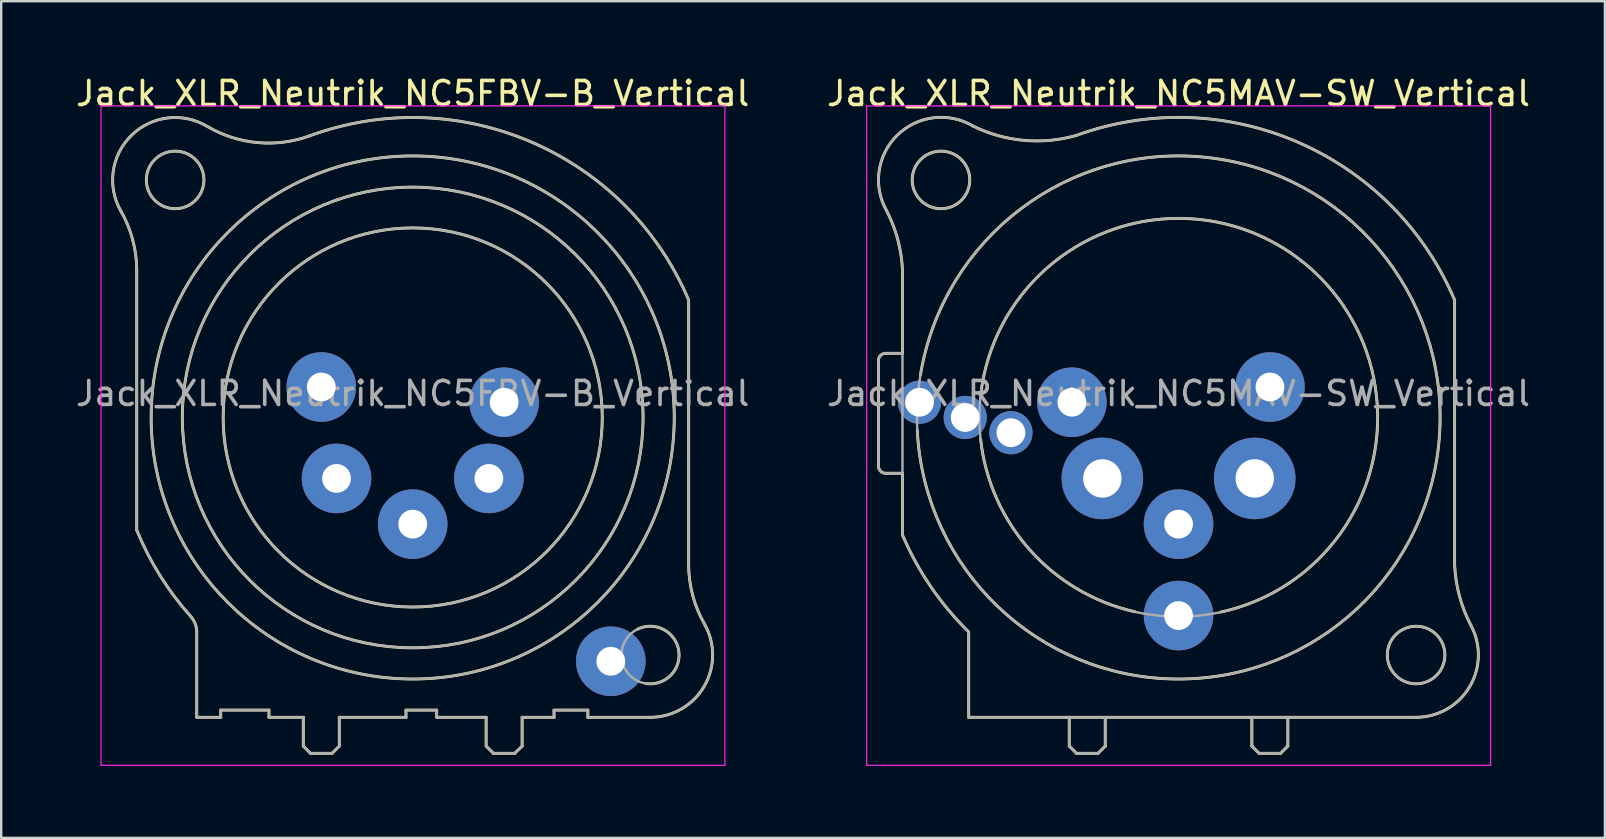
<source format=kicad_pcb>
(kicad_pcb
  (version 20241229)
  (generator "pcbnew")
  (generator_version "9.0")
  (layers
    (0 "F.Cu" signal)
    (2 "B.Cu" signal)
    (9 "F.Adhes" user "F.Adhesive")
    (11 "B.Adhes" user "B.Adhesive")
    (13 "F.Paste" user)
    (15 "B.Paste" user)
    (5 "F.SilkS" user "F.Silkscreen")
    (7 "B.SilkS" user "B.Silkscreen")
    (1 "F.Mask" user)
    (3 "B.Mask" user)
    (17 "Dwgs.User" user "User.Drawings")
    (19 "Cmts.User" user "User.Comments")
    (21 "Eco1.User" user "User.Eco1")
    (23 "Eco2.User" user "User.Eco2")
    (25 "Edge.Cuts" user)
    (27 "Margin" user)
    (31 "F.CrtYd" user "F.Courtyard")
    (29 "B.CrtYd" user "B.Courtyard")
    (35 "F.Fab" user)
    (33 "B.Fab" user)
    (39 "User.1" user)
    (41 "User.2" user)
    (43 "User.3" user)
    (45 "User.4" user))
  (footprint "Jack_XLR_Neutrik_NC5FBV-B_Vertical"
    (layer "F.Cu")
    (at 17.959 13.713)
    (property "Reference" "Jack_XLR_Neutrik_NC5FBV-B_Vertical" (at -3.81 -12.865 0) (layer "F.SilkS") (effects (font (size 1 1) (thickness 0.15))))
    (attr through_hole)
    (fp_line (start -15.31 -5.5) (end -15.31 5.33) (stroke (width 0.12) (type solid)) (layer "F.SilkS"))
    (fp_line (start -12.81 9.58) (end -12.81 13.13) (stroke (width 0.12) (type solid)) (layer "F.SilkS"))
    (fp_line (start -11.81 12.83) (end -11.81 13.13) (stroke (width 0.12) (type solid)) (layer "F.SilkS"))
    (fp_line (start -11.81 12.83) (end -9.8 12.83) (stroke (width 0.12) (type solid)) (layer "F.SilkS"))
    (fp_line (start -11.81 13.13) (end -12.81 13.13) (stroke (width 0.12) (type solid)) (layer "F.SilkS"))
    (fp_line (start -9.8 12.83) (end -9.8 13.13) (stroke (width 0.12) (type solid)) (layer "F.SilkS"))
    (fp_line (start -8.37 13.13) (end -9.8 13.13) (stroke (width 0.12) (type solid)) (layer "F.SilkS"))
    (fp_line (start -8.37 13.13) (end -8.37 14.33) (stroke (width 0.12) (type solid)) (layer "F.SilkS"))
    (fp_line (start -8.37 14.33) (end -8.07 14.63) (stroke (width 0.12) (type solid)) (layer "F.SilkS"))
    (fp_line (start -8.07 14.63) (end -7.17 14.63) (stroke (width 0.12) (type solid)) (layer "F.SilkS"))
    (fp_line (start -6.87 13.13) (end -6.87 14.33) (stroke (width 0.12) (type solid)) (layer "F.SilkS"))
    (fp_line (start -6.87 14.33) (end -7.17 14.63) (stroke (width 0.12) (type solid)) (layer "F.SilkS"))
    (fp_line (start -4.09 12.83) (end -4.09 13.13) (stroke (width 0.12) (type solid)) (layer "F.SilkS"))
    (fp_line (start -4.09 12.83) (end -2.81 12.83) (stroke (width 0.12) (type solid)) (layer "F.SilkS"))
    (fp_line (start -4.09 13.13) (end -6.87 13.13) (stroke (width 0.12) (type solid)) (layer "F.SilkS"))
    (fp_line (start -2.81 12.83) (end -2.81 13.13) (stroke (width 0.12) (type solid)) (layer "F.SilkS"))
    (fp_line (start -0.75 13.13) (end -2.81 13.13) (stroke (width 0.12) (type solid)) (layer "F.SilkS"))
    (fp_line (start -0.75 13.13) (end -0.75 14.33) (stroke (width 0.12) (type solid)) (layer "F.SilkS"))
    (fp_line (start -0.75 14.33) (end -0.45 14.63) (stroke (width 0.12) (type solid)) (layer "F.SilkS"))
    (fp_line (start -0.45 14.63) (end 0.44 14.63) (stroke (width 0.12) (type solid)) (layer "F.SilkS"))
    (fp_line (start 0.75 13.13) (end 0.75 14.33) (stroke (width 0.12) (type solid)) (layer "F.SilkS"))
    (fp_line (start 0.75 14.33) (end 0.44 14.63) (stroke (width 0.12) (type solid)) (layer "F.SilkS"))
    (fp_line (start 2.08 12.83) (end 2.08 13.13) (stroke (width 0.12) (type solid)) (layer "F.SilkS"))
    (fp_line (start 2.08 12.83) (end 3.49 12.83) (stroke (width 0.12) (type solid)) (layer "F.SilkS"))
    (fp_line (start 2.08 13.13) (end 0.75 13.13) (stroke (width 0.12) (type solid)) (layer "F.SilkS"))
    (fp_line (start 3.49 12.83) (end 3.49 13.13) (stroke (width 0.12) (type solid)) (layer "F.SilkS"))
    (fp_line (start 6.09 13.13) (end 3.49 13.13) (stroke (width 0.12) (type solid)) (layer "F.SilkS"))
    (fp_line (start 7.69 6.77) (end 7.69 -4.26) (stroke (width 0.12) (type solid)) (layer "F.SilkS"))
    (fp_arc (start -15.978065 -7.979621) (mid -15.482459 -6.783342) (end -15.31 -5.5) (stroke (width 0.12) (type solid)) (layer "F.SilkS"))
    (fp_arc (start -15.970602 -7.965327) (mid -15.537562 -11.11648) (end -12.38 -11.5) (stroke (width 0.12) (type solid)) (layer "F.SilkS"))
    (fp_arc (start -13.064011 8.921714) (mid -12.875705 9.227203) (end -12.81 9.58) (stroke (width 0.12) (type solid)) (layer "F.SilkS"))
    (fp_arc (start -13.054249 8.9318) (mid -14.337308 7.228089) (end -15.31 5.33) (stroke (width 0.12) (type solid)) (layer "F.SilkS"))
    (fp_arc (start -8.116912 -11.097925) (mid 1.152301 -10.83612) (end 7.69 -4.26) (stroke (width 0.12) (type solid)) (layer "F.SilkS"))
    (fp_arc (start -8.098974 -11.103419) (mid -10.283992 -10.821287) (end -12.38 -11.5) (stroke (width 0.12) (type solid)) (layer "F.SilkS"))
    (fp_arc (start 5.554673 9.460872) (mid 7.276356 10.353655) (end 5.9 11.72) (stroke (width 0.12) (type solid)) (layer "F.SilkS"))
    (fp_arc (start 8.348442 9.241807) (mid 8.338255 11.83589) (end 6.09 13.13) (stroke (width 0.12) (type solid)) (layer "F.SilkS"))
    (fp_arc (start 8.351797 9.24598) (mid 7.859562 8.051113) (end 7.69 6.77) (stroke (width 0.12) (type solid)) (layer "F.SilkS"))
    (fp_circle (center -13.71 -9.265) (end -12.51 -9.265) (stroke (width 0.12) (type solid)) (fill no) (layer "F.SilkS"))
    (fp_circle (center -3.81 0.635) (end 4.09 0.635) (stroke (width 0.12) (type solid)) (fill no) (layer "F.SilkS"))
    (fp_circle (center -3.81 0.635) (end 5.79 0.635) (stroke (width 0.12) (type solid)) (fill no) (layer "F.SilkS"))
    (fp_circle (center -3.81 0.635) (end 7.09 0.635) (stroke (width 0.12) (type solid)) (fill no) (layer "F.SilkS"))
    (fp_line (start -16.8 -12.35) (end 9.2 -12.35) (stroke (width 0.05) (type solid)) (layer "F.CrtYd"))
    (fp_line (start -16.8 15.13) (end -16.8 -12.35) (stroke (width 0.05) (type solid)) (layer "F.CrtYd"))
    (fp_line (start 9.2 -12.35) (end 9.2 15.13) (stroke (width 0.05) (type solid)) (layer "F.CrtYd"))
    (fp_line (start 9.2 15.13) (end -16.8 15.13) (stroke (width 0.05) (type solid)) (layer "F.CrtYd"))
    (fp_line (start -15.31 -5.5) (end -15.31 5.33) (stroke (width 0.1) (type solid)) (layer "F.Fab"))
    (fp_line (start -12.81 9.58) (end -12.81 13.13) (stroke (width 0.1) (type solid)) (layer "F.Fab"))
    (fp_line (start -11.81 12.83) (end -11.81 13.13) (stroke (width 0.1) (type solid)) (layer "F.Fab"))
    (fp_line (start -11.81 12.83) (end -9.8 12.83) (stroke (width 0.1) (type solid)) (layer "F.Fab"))
    (fp_line (start -11.81 13.13) (end -12.81 13.13) (stroke (width 0.1) (type solid)) (layer "F.Fab"))
    (fp_line (start -9.8 12.83) (end -9.8 13.13) (stroke (width 0.1) (type solid)) (layer "F.Fab"))
    (fp_line (start -8.37 13.13) (end -9.8 13.13) (stroke (width 0.1) (type solid)) (layer "F.Fab"))
    (fp_line (start -8.37 13.13) (end -8.37 14.33) (stroke (width 0.1) (type solid)) (layer "F.Fab"))
    (fp_line (start -8.37 14.33) (end -8.07 14.63) (stroke (width 0.1) (type solid)) (layer "F.Fab"))
    (fp_line (start -8.07 14.63) (end -7.17 14.63) (stroke (width 0.1) (type solid)) (layer "F.Fab"))
    (fp_line (start -6.87 13.13) (end -6.87 14.33) (stroke (width 0.1) (type solid)) (layer "F.Fab"))
    (fp_line (start -6.87 14.33) (end -7.17 14.63) (stroke (width 0.1) (type solid)) (layer "F.Fab"))
    (fp_line (start -4.09 12.83) (end -4.09 13.13) (stroke (width 0.1) (type solid)) (layer "F.Fab"))
    (fp_line (start -4.09 12.83) (end -2.81 12.83) (stroke (width 0.1) (type solid)) (layer "F.Fab"))
    (fp_line (start -4.09 13.13) (end -6.87 13.13) (stroke (width 0.1) (type solid)) (layer "F.Fab"))
    (fp_line (start -2.81 12.83) (end -2.81 13.13) (stroke (width 0.1) (type solid)) (layer "F.Fab"))
    (fp_line (start -0.75 13.13) (end -2.81 13.13) (stroke (width 0.1) (type solid)) (layer "F.Fab"))
    (fp_line (start -0.75 13.13) (end -0.75 14.33) (stroke (width 0.1) (type solid)) (layer "F.Fab"))
    (fp_line (start -0.75 14.33) (end -0.45 14.63) (stroke (width 0.1) (type solid)) (layer "F.Fab"))
    (fp_line (start -0.45 14.63) (end 0.44 14.63) (stroke (width 0.1) (type solid)) (layer "F.Fab"))
    (fp_line (start 0.75 13.13) (end 0.75 14.33) (stroke (width 0.1) (type solid)) (layer "F.Fab"))
    (fp_line (start 0.75 14.33) (end 0.44 14.63) (stroke (width 0.1) (type solid)) (layer "F.Fab"))
    (fp_line (start 2.08 12.83) (end 2.08 13.13) (stroke (width 0.1) (type solid)) (layer "F.Fab"))
    (fp_line (start 2.08 12.83) (end 3.49 12.83) (stroke (width 0.1) (type solid)) (layer "F.Fab"))
    (fp_line (start 2.08 13.13) (end 0.75 13.13) (stroke (width 0.1) (type solid)) (layer "F.Fab"))
    (fp_line (start 3.49 12.83) (end 3.49 13.13) (stroke (width 0.1) (type solid)) (layer "F.Fab"))
    (fp_line (start 6.09 13.13) (end 3.49 13.13) (stroke (width 0.1) (type solid)) (layer "F.Fab"))
    (fp_line (start 7.69 6.77) (end 7.69 -4.26) (stroke (width 0.1) (type solid)) (layer "F.Fab"))
    (fp_arc (start -15.978065 -7.979621) (mid -15.482459 -6.783342) (end -15.31 -5.5) (stroke (width 0.1) (type solid)) (layer "F.Fab"))
    (fp_arc (start -15.970602 -7.965327) (mid -15.537562 -11.11648) (end -12.38 -11.5) (stroke (width 0.1) (type solid)) (layer "F.Fab"))
    (fp_arc (start -13.064011 8.921714) (mid -12.875705 9.227203) (end -12.81 9.58) (stroke (width 0.1) (type solid)) (layer "F.Fab"))
    (fp_arc (start -13.054249 8.9318) (mid -14.337308 7.228089) (end -15.31 5.33) (stroke (width 0.1) (type solid)) (layer "F.Fab"))
    (fp_arc (start -8.116912 -11.097925) (mid 1.152301 -10.83612) (end 7.69 -4.26) (stroke (width 0.1) (type solid)) (layer "F.Fab"))
    (fp_arc (start -8.098974 -11.103419) (mid -10.283992 -10.821287) (end -12.38 -11.5) (stroke (width 0.1) (type solid)) (layer "F.Fab"))
    (fp_arc (start 8.348442 9.241807) (mid 8.338255 11.83589) (end 6.09 13.13) (stroke (width 0.1) (type solid)) (layer "F.Fab"))
    (fp_arc (start 8.351797 9.24598) (mid 7.859562 8.051113) (end 7.69 6.77) (stroke (width 0.1) (type solid)) (layer "F.Fab"))
    (fp_circle (center -13.71 -9.265) (end -12.51 -9.265) (stroke (width 0.1) (type solid)) (fill no) (layer "F.Fab"))
    (fp_circle (center -3.81 0.635) (end 4.09 0.635) (stroke (width 0.1) (type solid)) (fill no) (layer "F.Fab"))
    (fp_circle (center -3.81 0.635) (end 5.79 0.635) (stroke (width 0.1) (type solid)) (fill no) (layer "F.Fab"))
    (fp_circle (center -3.81 0.635) (end 7.09 0.635) (stroke (width 0.1) (type solid)) (fill no) (layer "F.Fab"))
    (fp_circle (center 6.09 10.535) (end 7.29 10.535) (stroke (width 0.1) (type solid)) (fill no) (layer "F.Fab"))
    (fp_text user "${REFERENCE}" (at -3.81 -0.365 0) (layer "F.Fab") (effects (font (size 1 1) (thickness 0.15))))
    (pad "1" thru_hole circle (at 0 0) (size 2.9 2.9) (drill 1.2) (layers "*.Cu" "*.Mask"))
    (pad "2" thru_hole circle (at -0.635 3.175) (size 2.9 2.9) (drill 1.2) (layers "*.Cu" "*.Mask"))
    (pad "3" thru_hole circle (at -3.81 5.08) (size 2.9 2.9) (drill 1.2) (layers "*.Cu" "*.Mask"))
    (pad "4" thru_hole circle (at -6.985 3.175) (size 2.9 2.9) (drill 1.2) (layers "*.Cu" "*.Mask"))
    (pad "5" thru_hole circle (at -7.62 -0.635) (size 2.9 2.9) (drill 1.2) (layers "*.Cu" "*.Mask"))
    (pad "G" thru_hole circle (at 4.445 10.795) (size 2.9 2.9) (drill 1.2) (layers "*.Cu" "*.Mask")))
  (footprint "Jack_XLR_Neutrik_NC5MAV-SW_Vertical"
    (layer "F.Cu")
    (at 41.62 13.713)
    (property "Reference" "Jack_XLR_Neutrik_NC5MAV-SW_Vertical" (at 4.445 -12.865 0) (layer "F.SilkS") (effects (font (size 1 1) (thickness 0.15))))
    (attr through_hole)
    (fp_line (start -8.06 -1.74) (end -8.06 2.66) (stroke (width 0.12) (type solid)) (layer "F.SilkS"))
    (fp_line (start -7.76 2.96) (end -7.06 2.96) (stroke (width 0.12) (type solid)) (layer "F.SilkS"))
    (fp_line (start -7.06 -5.5) (end -7.06 -2.04) (stroke (width 0.12) (type solid)) (layer "F.SilkS"))
    (fp_line (start -7.06 -2.04) (end -7.76 -2.04) (stroke (width 0.12) (type solid)) (layer "F.SilkS"))
    (fp_line (start -7.06 2.96) (end -7.06 5.53) (stroke (width 0.12) (type solid)) (layer "F.SilkS"))
    (fp_line (start -4.3 9.58) (end -4.3 13.13) (stroke (width 0.12) (type solid)) (layer "F.SilkS"))
    (fp_line (start -0.11 13.13) (end -0.11 14.33) (stroke (width 0.12) (type solid)) (layer "F.SilkS"))
    (fp_line (start -0.11 14.33) (end 0.19 14.63) (stroke (width 0.12) (type solid)) (layer "F.SilkS"))
    (fp_line (start 0.19 14.63) (end 1.09 14.63) (stroke (width 0.12) (type solid)) (layer "F.SilkS"))
    (fp_line (start 1.39 13.13) (end 1.39 14.33) (stroke (width 0.12) (type solid)) (layer "F.SilkS"))
    (fp_line (start 1.39 14.33) (end 1.09 14.63) (stroke (width 0.12) (type solid)) (layer "F.SilkS"))
    (fp_line (start 7.5 13.13) (end 7.5 14.33) (stroke (width 0.12) (type solid)) (layer "F.SilkS"))
    (fp_line (start 7.5 14.33) (end 7.8 14.63) (stroke (width 0.12) (type solid)) (layer "F.SilkS"))
    (fp_line (start 8.7 14.63) (end 7.8 14.63) (stroke (width 0.12) (type solid)) (layer "F.SilkS"))
    (fp_line (start 9 13.13) (end 9 14.33) (stroke (width 0.12) (type solid)) (layer "F.SilkS"))
    (fp_line (start 9 14.33) (end 8.7 14.63) (stroke (width 0.12) (type solid)) (layer "F.SilkS"))
    (fp_line (start 14.34 13.13) (end -4.3 13.13) (stroke (width 0.12) (type solid)) (layer "F.SilkS"))
    (fp_line (start 15.95 6.77) (end 15.95 -4.26) (stroke (width 0.12) (type solid)) (layer "F.SilkS"))
    (fp_arc (start -8.06 -1.74) (mid -7.972132 -1.952132) (end -7.76 -2.04) (stroke (width 0.12) (type solid)) (layer "F.SilkS"))
    (fp_arc (start -7.76 2.96) (mid -7.972132 2.872132) (end -8.06 2.66) (stroke (width 0.12) (type solid)) (layer "F.SilkS"))
    (fp_arc (start -7.723487 -7.985205) (mid -7.256205 -6.778788) (end -7.06 -5.5) (stroke (width 0.12) (type solid)) (layer "F.SilkS"))
    (fp_arc (start -7.715328 -7.969927) (mid -7.280775 -11.124351) (end -4.12 -11.51) (stroke (width 0.12) (type solid)) (layer "F.SilkS"))
    (fp_arc (start -6.31 -1.14) (mid 15.327723 1.25708) (end -6.442209 1.172885) (stroke (width 0.12) (type solid)) (layer "F.SilkS"))
    (fp_arc (start -4.310999 9.560163) (mid -5.883968 7.680458) (end -7.06 5.53) (stroke (width 0.12) (type solid)) (layer "F.SilkS"))
    (fp_arc (start -3.8 -0.3) (mid 10.010227 -5.519876) (end 6.202812 8.744522) (stroke (width 0.12) (type solid)) (layer "F.SilkS"))
    (fp_arc (start 0.17934 -11.11788) (mid 9.430944 -10.83088) (end 15.95 -4.26) (stroke (width 0.12) (type solid)) (layer "F.SilkS"))
    (fp_arc (start 0.179944 -11.117415) (mid -2.006497 -10.914263) (end -4.12 -11.51) (stroke (width 0.12) (type solid)) (layer "F.SilkS"))
    (fp_arc (start 2.62 8.73) (mid -1.741551 6.165482) (end -3.803135 1.544903) (stroke (width 0.12) (type solid)) (layer "F.SilkS"))
    (fp_arc (start 16.614011 9.269495) (mid 16.580236 11.8496) (end 14.34 13.13) (stroke (width 0.12) (type solid)) (layer "F.SilkS"))
    (fp_arc (start 16.619064 9.280467) (mid 16.147616 8.061723) (end 15.95 6.77) (stroke (width 0.12) (type solid)) (layer "F.SilkS"))
    (fp_circle (center -5.455 -9.265) (end -4.255 -9.265) (stroke (width 0.12) (type solid)) (fill no) (layer "F.SilkS"))
    (fp_circle (center 14.345 10.535) (end 15.545 10.535) (stroke (width 0.12) (type solid)) (fill no) (layer "F.SilkS"))
    (fp_line (start -8.55 -12.35) (end 17.45 -12.35) (stroke (width 0.05) (type solid)) (layer "F.CrtYd"))
    (fp_line (start -8.55 15.13) (end -8.55 -12.35) (stroke (width 0.05) (type solid)) (layer "F.CrtYd"))
    (fp_line (start 17.45 -12.35) (end 17.45 15.13) (stroke (width 0.05) (type solid)) (layer "F.CrtYd"))
    (fp_line (start 17.45 15.13) (end -8.55 15.13) (stroke (width 0.05) (type solid)) (layer "F.CrtYd"))
    (fp_line (start -8.06 -1.74) (end -8.06 2.66) (stroke (width 0.1) (type solid)) (layer "F.Fab"))
    (fp_line (start -7.76 2.96) (end -7.06 2.96) (stroke (width 0.1) (type solid)) (layer "F.Fab"))
    (fp_line (start -7.06 -5.5) (end -7.06 5.53) (stroke (width 0.1) (type solid)) (layer "F.Fab"))
    (fp_line (start -7.06 -2.04) (end -7.76 -2.04) (stroke (width 0.1) (type solid)) (layer "F.Fab"))
    (fp_line (start -4.3 9.58) (end -4.3 13.13) (stroke (width 0.1) (type solid)) (layer "F.Fab"))
    (fp_line (start -0.11 13.13) (end -0.11 14.33) (stroke (width 0.1) (type solid)) (layer "F.Fab"))
    (fp_line (start -0.11 14.33) (end 0.19 14.63) (stroke (width 0.1) (type solid)) (layer "F.Fab"))
    (fp_line (start 0.19 14.63) (end 1.09 14.63) (stroke (width 0.1) (type solid)) (layer "F.Fab"))
    (fp_line (start 1.39 13.13) (end 1.39 14.33) (stroke (width 0.1) (type solid)) (layer "F.Fab"))
    (fp_line (start 1.39 14.33) (end 1.09 14.63) (stroke (width 0.1) (type solid)) (layer "F.Fab"))
    (fp_line (start 7.5 13.13) (end 7.5 14.33) (stroke (width 0.1) (type solid)) (layer "F.Fab"))
    (fp_line (start 7.5 14.33) (end 7.8 14.63) (stroke (width 0.1) (type solid)) (layer "F.Fab"))
    (fp_line (start 8.7 14.63) (end 7.8 14.63) (stroke (width 0.1) (type solid)) (layer "F.Fab"))
    (fp_line (start 9 13.13) (end 9 14.33) (stroke (width 0.1) (type solid)) (layer "F.Fab"))
    (fp_line (start 9 14.33) (end 8.7 14.63) (stroke (width 0.1) (type solid)) (layer "F.Fab"))
    (fp_line (start 14.34 13.13) (end -4.3 13.13) (stroke (width 0.1) (type solid)) (layer "F.Fab"))
    (fp_line (start 15.95 6.77) (end 15.95 -4.26) (stroke (width 0.1) (type solid)) (layer "F.Fab"))
    (fp_arc (start -8.06 -1.74) (mid -7.972132 -1.952132) (end -7.76 -2.04) (stroke (width 0.1) (type solid)) (layer "F.Fab"))
    (fp_arc (start -7.76 2.96) (mid -7.972132 2.872132) (end -8.06 2.66) (stroke (width 0.1) (type solid)) (layer "F.Fab"))
    (fp_arc (start -7.723487 -7.985205) (mid -7.256205 -6.778788) (end -7.06 -5.5) (stroke (width 0.1) (type solid)) (layer "F.Fab"))
    (fp_arc (start -7.715328 -7.969927) (mid -7.280775 -11.124351) (end -4.12 -11.51) (stroke (width 0.1) (type solid)) (layer "F.Fab"))
    (fp_arc (start -4.310999 9.560163) (mid -5.883968 7.680458) (end -7.06 5.53) (stroke (width 0.1) (type solid)) (layer "F.Fab"))
    (fp_arc (start 0.17934 -11.11788) (mid 9.430944 -10.83088) (end 15.95 -4.26) (stroke (width 0.1) (type solid)) (layer "F.Fab"))
    (fp_arc (start 0.179944 -11.117415) (mid -2.006497 -10.914263) (end -4.12 -11.51) (stroke (width 0.1) (type solid)) (layer "F.Fab"))
    (fp_arc (start 16.614011 9.269495) (mid 16.580236 11.8496) (end 14.34 13.13) (stroke (width 0.1) (type solid)) (layer "F.Fab"))
    (fp_arc (start 16.619064 9.280467) (mid 16.147616 8.061723) (end 15.95 6.77) (stroke (width 0.1) (type solid)) (layer "F.Fab"))
    (fp_circle (center -5.455 -9.265) (end -4.255 -9.265) (stroke (width 0.1) (type solid)) (fill no) (layer "F.Fab"))
    (fp_circle (center 4.445 0.635) (end 12.745 0.635) (stroke (width 0.1) (type solid)) (fill no) (layer "F.Fab"))
    (fp_circle (center 4.445 0.635) (end 15.345 0.635) (stroke (width 0.1) (type solid)) (fill no) (layer "F.Fab"))
    (fp_circle (center 14.345 10.535) (end 15.545 10.535) (stroke (width 0.1) (type solid)) (fill no) (layer "F.Fab"))
    (fp_text user "${REFERENCE}" (at 4.445 -0.365 0) (layer "F.Fab") (effects (font (size 1 1) (thickness 0.15))))
    (pad "1" thru_hole circle (at 0 0) (size 2.9 2.9) (drill 1.2) (layers "*.Cu" "*.Mask"))
    (pad "2" thru_hole circle (at 1.27 3.175) (size 3.4 3.4) (drill 1.6) (layers "*.Cu" "*.Mask"))
    (pad "3" thru_hole circle (at 4.445 5.08) (size 2.9 2.9) (drill 1.2) (layers "*.Cu" "*.Mask"))
    (pad "4" thru_hole circle (at 7.62 3.175) (size 3.4 3.4) (drill 1.6) (layers "*.Cu" "*.Mask"))
    (pad "5" thru_hole circle (at 8.255 -0.635) (size 2.9 2.9) (drill 1.2) (layers "*.Cu" "*.Mask"))
    (pad "G" thru_hole circle (at 4.445 8.89) (size 2.9 2.9) (drill 1.2) (layers "*.Cu" "*.Mask"))
    (pad "N" thru_hole circle (at -4.445 0.635) (size 1.8 1.8) (drill 1.2) (layers "*.Cu" "*.Mask"))
    (pad "NC" thru_hole circle (at -2.54 1.27) (size 1.8 1.8) (drill 1.2) (layers "*.Cu" "*.Mask"))
    (pad "NO" thru_hole circle (at -6.35 0) (size 1.8 1.8) (drill 1.2) (layers "*.Cu" "*.Mask")))
  (gr_rect
    (start -3 -3)
    (end 63.833 31.868)
    (stroke (width 0.1) (type default))
    (fill no)
    (layer "Edge.Cuts")))
</source>
